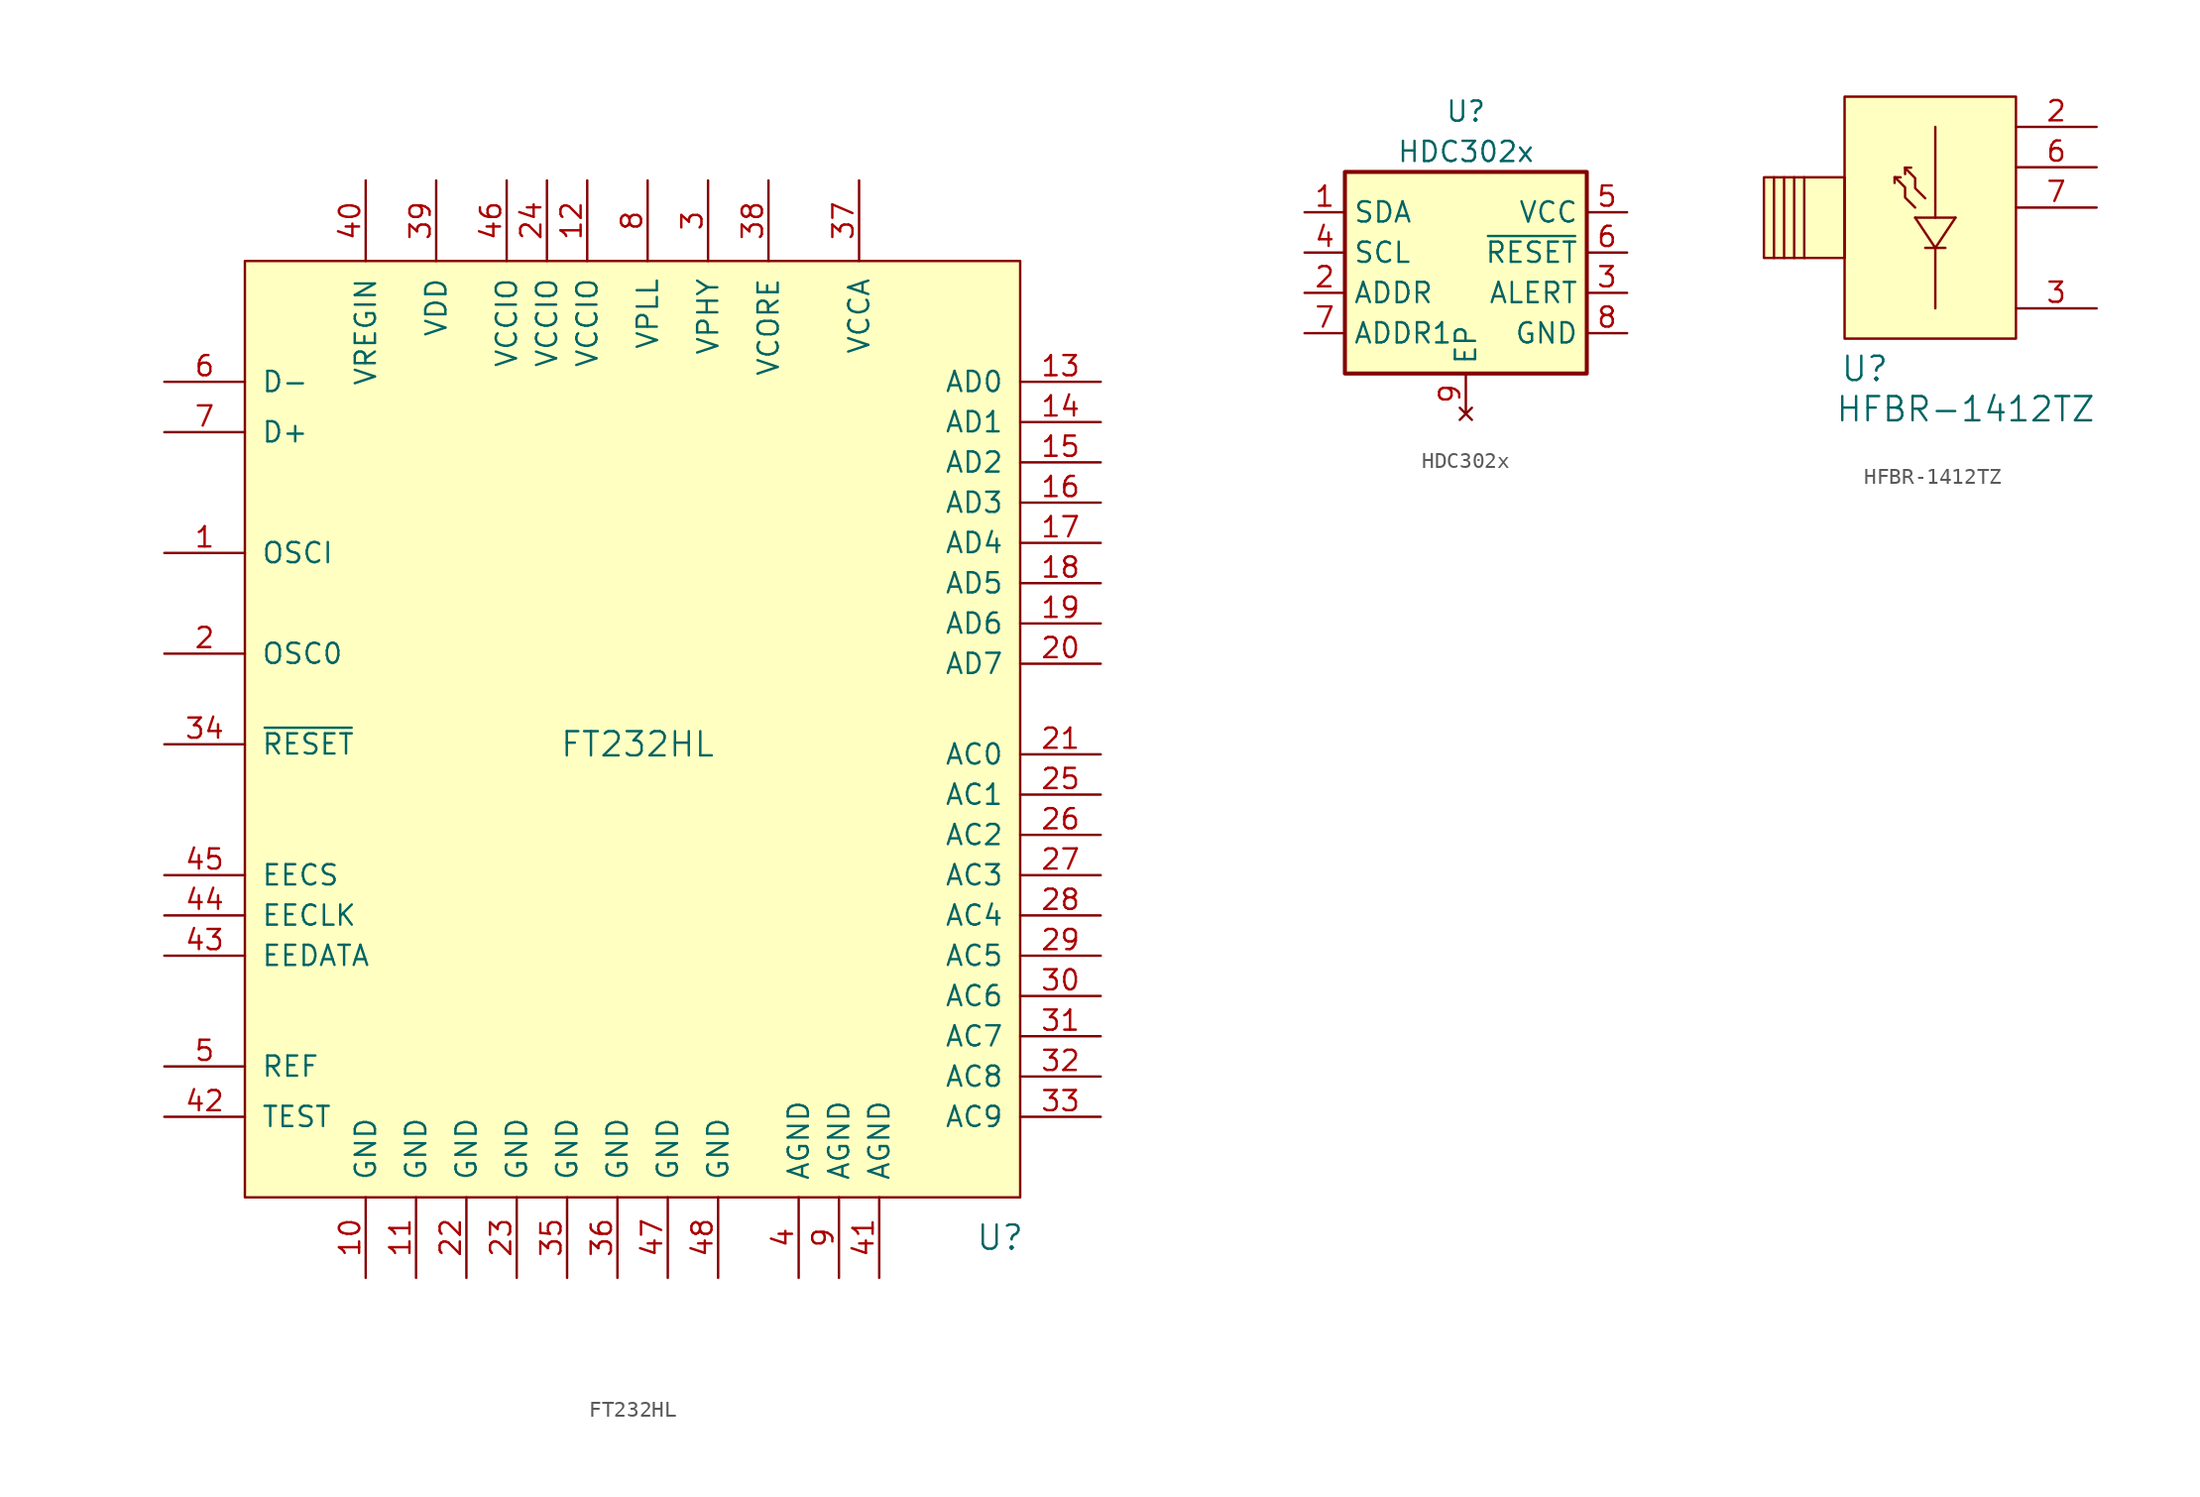
<source format=kicad_sym>
(kicad_symbol_lib
  (version 20220914)
  (generator kicad_symbol_editor)
  (symbol "FT232HL"
    (pin_names
      (offset 1.016))
    (property "Reference" "U"
      (at 23.495 -29.845 0)
      (effects (font (size 1.524 1.524))))
    (property "Value" "FT232HL"
      (at 0.635 1.27 0)
      (effects (font (size 1.524 1.524))))
    (property "Footprint" ""
      (at -10.16 -3.81 0)
      (effects (font (size 1.524 1.524))))
    (property "Datasheet" ""
      (at -10.16 -3.81 0)
      (effects (font (size 1.524 1.524))))
    (symbol "FT232HL_0_1"
      (rectangle (start -24.13 31.75) (end 24.765 -27.305) (stroke (width 0) (type solid)) (fill (type background))))
    (symbol "FT232HL_1_1"
      (pin passive line (at -29.21 13.335 0) (length 5.08) (name "OSCI" (effects (font (size 1.27 1.27)))) (number "1" (effects (font (size 1.27 1.27)))))
      (pin passive line (at -16.51 -32.385 90) (length 5.08) (name "GND" (effects (font (size 1.27 1.27)))) (number "10" (effects (font (size 1.27 1.27)))))
      (pin passive line (at -13.335 -32.385 90) (length 5.08) (name "GND" (effects (font (size 1.27 1.27)))) (number "11" (effects (font (size 1.27 1.27)))))
      (pin passive line (at -2.54 36.83 270) (length 5.08) (name "VCCIO" (effects (font (size 1.27 1.27)))) (number "12" (effects (font (size 1.27 1.27)))))
      (pin passive line (at 29.845 24.13 180) (length 5.08) (name "AD0" (effects (font (size 1.27 1.27)))) (number "13" (effects (font (size 1.27 1.27)))))
      (pin passive line (at 29.845 21.59 180) (length 5.08) (name "AD1" (effects (font (size 1.27 1.27)))) (number "14" (effects (font (size 1.27 1.27)))))
      (pin passive line (at 29.845 19.05 180) (length 5.08) (name "AD2" (effects (font (size 1.27 1.27)))) (number "15" (effects (font (size 1.27 1.27)))))
      (pin passive line (at 29.845 16.51 180) (length 5.08) (name "AD3" (effects (font (size 1.27 1.27)))) (number "16" (effects (font (size 1.27 1.27)))))
      (pin passive line (at 29.845 13.97 180) (length 5.08) (name "AD4" (effects (font (size 1.27 1.27)))) (number "17" (effects (font (size 1.27 1.27)))))
      (pin passive line (at 29.845 11.43 180) (length 5.08) (name "AD5" (effects (font (size 1.27 1.27)))) (number "18" (effects (font (size 1.27 1.27)))))
      (pin passive line (at 29.845 8.89 180) (length 5.08) (name "AD6" (effects (font (size 1.27 1.27)))) (number "19" (effects (font (size 1.27 1.27)))))
      (pin passive line (at -29.21 6.985 0) (length 5.08) (name "OSC0" (effects (font (size 1.27 1.27)))) (number "2" (effects (font (size 1.27 1.27)))))
      (pin passive line (at 29.845 6.35 180) (length 5.08) (name "AD7" (effects (font (size 1.27 1.27)))) (number "20" (effects (font (size 1.27 1.27)))))
      (pin passive line (at 29.845 0.635 180) (length 5.08) (name "AC0" (effects (font (size 1.27 1.27)))) (number "21" (effects (font (size 1.27 1.27)))))
      (pin passive line (at -10.16 -32.385 90) (length 5.08) (name "GND" (effects (font (size 1.27 1.27)))) (number "22" (effects (font (size 1.27 1.27)))))
      (pin passive line (at -6.985 -32.385 90) (length 5.08) (name "GND" (effects (font (size 1.27 1.27)))) (number "23" (effects (font (size 1.27 1.27)))))
      (pin passive line (at -5.08 36.83 270) (length 5.08) (name "VCCIO" (effects (font (size 1.27 1.27)))) (number "24" (effects (font (size 1.27 1.27)))))
      (pin passive line (at 29.845 -1.905 180) (length 5.08) (name "AC1" (effects (font (size 1.27 1.27)))) (number "25" (effects (font (size 1.27 1.27)))))
      (pin passive line (at 29.845 -4.445 180) (length 5.08) (name "AC2" (effects (font (size 1.27 1.27)))) (number "26" (effects (font (size 1.27 1.27)))))
      (pin passive line (at 29.845 -6.985 180) (length 5.08) (name "AC3" (effects (font (size 1.27 1.27)))) (number "27" (effects (font (size 1.27 1.27)))))
      (pin passive line (at 29.845 -9.525 180) (length 5.08) (name "AC4" (effects (font (size 1.27 1.27)))) (number "28" (effects (font (size 1.27 1.27)))))
      (pin passive line (at 29.845 -12.065 180) (length 5.08) (name "AC5" (effects (font (size 1.27 1.27)))) (number "29" (effects (font (size 1.27 1.27)))))
      (pin passive line (at 5.08 36.83 270) (length 5.08) (name "VPHY" (effects (font (size 1.27 1.27)))) (number "3" (effects (font (size 1.27 1.27)))))
      (pin passive line (at 29.845 -14.605 180) (length 5.08) (name "AC6" (effects (font (size 1.27 1.27)))) (number "30" (effects (font (size 1.27 1.27)))))
      (pin passive line (at 29.845 -17.145 180) (length 5.08) (name "AC7" (effects (font (size 1.27 1.27)))) (number "31" (effects (font (size 1.27 1.27)))))
      (pin passive line (at 29.845 -19.685 180) (length 5.08) (name "AC8" (effects (font (size 1.27 1.27)))) (number "32" (effects (font (size 1.27 1.27)))))
      (pin passive line (at 29.845 -22.225 180) (length 5.08) (name "AC9" (effects (font (size 1.27 1.27)))) (number "33" (effects (font (size 1.27 1.27)))))
      (pin passive line (at -29.21 1.27 0) (length 5.08) (name "~{RESET}" (effects (font (size 1.27 1.27)))) (number "34" (effects (font (size 1.27 1.27)))))
      (pin passive line (at -3.81 -32.385 90) (length 5.08) (name "GND" (effects (font (size 1.27 1.27)))) (number "35" (effects (font (size 1.27 1.27)))))
      (pin passive line (at -0.635 -32.385 90) (length 5.08) (name "GND" (effects (font (size 1.27 1.27)))) (number "36" (effects (font (size 1.27 1.27)))))
      (pin passive line (at 14.605 36.83 270) (length 5.08) (name "VCCA" (effects (font (size 1.27 1.27)))) (number "37" (effects (font (size 1.27 1.27)))))
      (pin passive line (at 8.89 36.83 270) (length 5.08) (name "VCORE" (effects (font (size 1.27 1.27)))) (number "38" (effects (font (size 1.27 1.27)))))
      (pin passive line (at -12.065 36.83 270) (length 5.08) (name "VDD" (effects (font (size 1.27 1.27)))) (number "39" (effects (font (size 1.27 1.27)))))
      (pin passive line (at 10.795 -32.385 90) (length 5.08) (name "AGND" (effects (font (size 1.27 1.27)))) (number "4" (effects (font (size 1.27 1.27)))))
      (pin passive line (at -16.51 36.83 270) (length 5.08) (name "VREGIN" (effects (font (size 1.27 1.27)))) (number "40" (effects (font (size 1.27 1.27)))))
      (pin passive line (at 15.875 -32.385 90) (length 5.08) (name "AGND" (effects (font (size 1.27 1.27)))) (number "41" (effects (font (size 1.27 1.27)))))
      (pin passive line (at -29.21 -22.225 0) (length 5.08) (name "TEST" (effects (font (size 1.27 1.27)))) (number "42" (effects (font (size 1.27 1.27)))))
      (pin passive line (at -29.21 -12.065 0) (length 5.08) (name "EEDATA" (effects (font (size 1.27 1.27)))) (number "43" (effects (font (size 1.27 1.27)))))
      (pin passive line (at -29.21 -9.525 0) (length 5.08) (name "EECLK" (effects (font (size 1.27 1.27)))) (number "44" (effects (font (size 1.27 1.27)))))
      (pin passive line (at -29.21 -6.985 0) (length 5.08) (name "EECS" (effects (font (size 1.27 1.27)))) (number "45" (effects (font (size 1.27 1.27)))))
      (pin passive line (at -7.62 36.83 270) (length 5.08) (name "VCCIO" (effects (font (size 1.27 1.27)))) (number "46" (effects (font (size 1.27 1.27)))))
      (pin passive line (at 2.54 -32.385 90) (length 5.08) (name "GND" (effects (font (size 1.27 1.27)))) (number "47" (effects (font (size 1.27 1.27)))))
      (pin passive line (at 5.715 -32.385 90) (length 5.08) (name "GND" (effects (font (size 1.27 1.27)))) (number "48" (effects (font (size 1.27 1.27)))))
      (pin passive line (at -29.21 -19.05 0) (length 5.08) (name "REF" (effects (font (size 1.27 1.27)))) (number "5" (effects (font (size 1.27 1.27)))))
      (pin passive line (at -29.21 24.13 0) (length 5.08) (name "D-" (effects (font (size 1.27 1.27)))) (number "6" (effects (font (size 1.27 1.27)))))
      (pin passive line (at -29.21 20.955 0) (length 5.08) (name "D+" (effects (font (size 1.27 1.27)))) (number "7" (effects (font (size 1.27 1.27)))))
      (pin passive line (at 1.27 36.83 270) (length 5.08) (name "VPLL" (effects (font (size 1.27 1.27)))) (number "8" (effects (font (size 1.27 1.27)))))
      (pin passive line (at 13.335 -32.385 90) (length 5.08) (name "AGND" (effects (font (size 1.27 1.27)))) (number "9" (effects (font (size 1.27 1.27)))))))
  (symbol "HDC302x"
    (property "Reference" "U"
      (at 7.62 16.51 0)
      (effects (font (size 1.27 1.27))))
    (property "Value" "HDC302x"
      (at 7.62 13.97 0)
      (effects (font (size 1.27 1.27))))
    (symbol "HDC302x_0_1"
      (rectangle (start 0 12.7) (end 15.24 0) (stroke (width 0.254) (type default)) (fill (type background))))
    (symbol "HDC302x_1_1"
      (pin bidirectional line (at -2.54 10.16 0) (length 2.54) (name "SDA" (effects (font (size 1.27 1.27)))) (number "1" (effects (font (size 1.27 1.27)))))
      (pin input line (at -2.54 5.08 0) (length 2.54) (name "ADDR" (effects (font (size 1.27 1.27)))) (number "2" (effects (font (size 1.27 1.27)))))
      (pin output line (at 17.78 5.08 180) (length 2.54) (name "ALERT" (effects (font (size 1.27 1.27)))) (number "3" (effects (font (size 1.27 1.27)))))
      (pin input line (at -2.54 7.62 0) (length 2.54) (name "SCL" (effects (font (size 1.27 1.27)))) (number "4" (effects (font (size 1.27 1.27)))))
      (pin power_in line (at 17.78 10.16 180) (length 2.54) (name "VCC" (effects (font (size 1.27 1.27)))) (number "5" (effects (font (size 1.27 1.27)))))
      (pin input line (at 17.78 7.62 180) (length 2.54) (name "~{RESET}" (effects (font (size 1.27 1.27)))) (number "6" (effects (font (size 1.27 1.27)))))
      (pin input line (at -2.54 2.54 0) (length 2.54) (name "ADDR1" (effects (font (size 1.27 1.27)))) (number "7" (effects (font (size 1.27 1.27)))))
      (pin passive line (at 17.78 2.54 180) (length 2.54) (name "GND" (effects (font (size 1.27 1.27)))) (number "8" (effects (font (size 1.27 1.27)))))
      (pin no_connect line (at 7.62 -2.54 90) (length 2.54) (name "EP" (effects (font (size 1.27 1.27)))) (number "9" (effects (font (size 1.27 1.27)))))))
  (symbol "HFBR-1412TZ"
    (pin_names
      (offset 1.016))
    (property "Reference" "U"
      (at -4.445 -9.525 0)
      (effects (font (size 1.524 1.524))))
    (property "Value" "HFBR-1412TZ"
      (at 1.905 -12.065 0)
      (effects (font (size 1.524 1.524))))
    (property "Footprint" ""
      (at 0 0 0)
      (effects (font (size 1.524 1.524))))
    (property "Datasheet" ""
      (at 0 0 0)
      (effects (font (size 1.524 1.524))))
    (symbol "HFBR-1412TZ_0_1"
      (rectangle (start -10.795 2.54) (end -5.715 -2.54) (stroke (width 0) (type solid)) (fill (type background)))
      (rectangle (start -5.715 7.62) (end 5.08 -7.62) (stroke (width 0) (type solid)) (fill (type background)))
      (polyline (pts (xy -10.16 2.54) (xy -10.16 -2.54)) (stroke (width 0) (type solid)) (fill (type none)))
      (polyline (pts (xy -9.525 2.54) (xy -9.525 -2.54)) (stroke (width 0) (type solid)) (fill (type none)))
      (polyline (pts (xy -8.89 2.54) (xy -8.89 -2.54)) (stroke (width 0) (type solid)) (fill (type none)))
      (polyline (pts (xy -8.255 2.54) (xy -8.255 -2.54)) (stroke (width 0) (type solid)) (fill (type none)))
      (polyline (pts (xy -2.565 2.54) (xy -2.565 2.184)) (stroke (width 0) (type solid)) (fill (type none)))
      (polyline (pts (xy -2.184 2.54) (xy -2.565 2.54)) (stroke (width 0) (type solid)) (fill (type none)))
      (polyline (pts (xy -1.905 3.15) (xy -1.905 2.743)) (stroke (width 0) (type solid)) (fill (type none)))
      (polyline (pts (xy -1.524 3.15) (xy -1.905 3.15)) (stroke (width 0) (type solid)) (fill (type none)))
      (polyline (pts (xy -1.27 0) (xy 0 -1.905)) (stroke (width 0) (type solid)) (fill (type none)))
      (polyline (pts (xy -1.27 0) (xy 1.27 0)) (stroke (width 0) (type solid)) (fill (type none)))
      (polyline (pts (xy -0.635 -1.905) (xy 0.635 -1.905)) (stroke (width 0) (type solid)) (fill (type none)))
      (polyline (pts (xy 0 -1.905) (xy 0 -5.715)) (stroke (width 0) (type solid)) (fill (type none)))
      (polyline (pts (xy 0 5.715) (xy 0 0)) (stroke (width 0) (type solid)) (fill (type none)))
      (polyline (pts (xy 1.27 0) (xy 0 -1.905)) (stroke (width 0) (type solid)) (fill (type none)))
      (polyline (pts (xy -2.54 2.54) (xy -1.905 1.905) (xy -1.905 1.27) (xy -1.27 0.635)) (stroke (width 0) (type solid)) (fill (type none)))
      (polyline (pts (xy -1.905 3.124) (xy -1.27 2.489) (xy -1.27 1.854) (xy -0.635 1.219)) (stroke (width 0) (type solid)) (fill (type none))))
    (symbol "HFBR-1412TZ_1_1"
      (pin input line (at 10.16 5.715 180) (length 5.08) (name "~" (effects (font (size 1.27 1.27)))) (number "2" (effects (font (size 1.27 1.27)))))
      (pin input line (at 10.16 -5.715 180) (length 5.08) (name "~" (effects (font (size 1.27 1.27)))) (number "3" (effects (font (size 1.27 1.27)))))
      (pin input line (at 10.16 3.175 180) (length 5.08) (name "~" (effects (font (size 1.27 1.27)))) (number "6" (effects (font (size 1.27 1.27)))))
      (pin input line (at 10.16 0.635 180) (length 5.08) (name "~" (effects (font (size 1.27 1.27)))) (number "7" (effects (font (size 1.27 1.27))))))))
</source>
